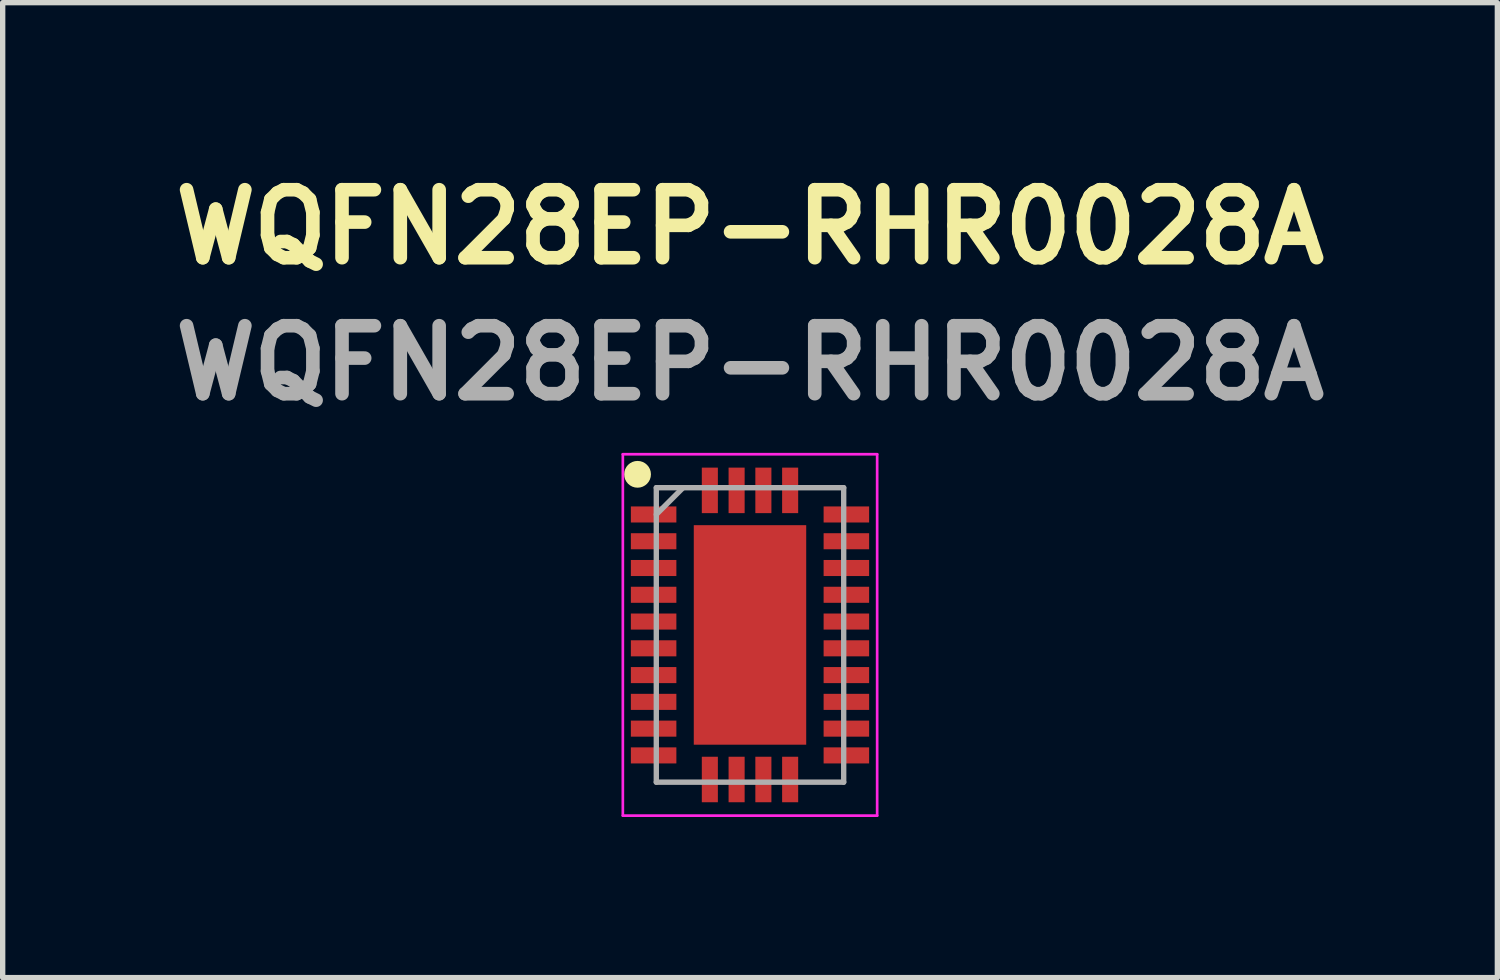
<source format=kicad_pcb>
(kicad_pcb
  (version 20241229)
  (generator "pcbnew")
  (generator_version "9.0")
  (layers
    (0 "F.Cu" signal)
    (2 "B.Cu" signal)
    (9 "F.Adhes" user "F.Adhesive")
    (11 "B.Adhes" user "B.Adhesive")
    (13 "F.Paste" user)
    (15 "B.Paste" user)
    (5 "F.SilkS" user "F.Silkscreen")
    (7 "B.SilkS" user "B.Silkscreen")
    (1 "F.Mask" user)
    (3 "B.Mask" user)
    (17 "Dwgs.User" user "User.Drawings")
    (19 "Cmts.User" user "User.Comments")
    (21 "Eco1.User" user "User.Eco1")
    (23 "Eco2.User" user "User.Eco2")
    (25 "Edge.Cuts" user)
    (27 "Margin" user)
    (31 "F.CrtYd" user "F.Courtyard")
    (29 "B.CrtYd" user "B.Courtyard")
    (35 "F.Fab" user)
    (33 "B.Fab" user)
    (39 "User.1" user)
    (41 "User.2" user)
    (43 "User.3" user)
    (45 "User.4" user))
  (footprint "WQFN28EP-RHR0028A"
    (layer "F.Cu")
    (at 10.958 8.809)
    (property "Reference" "WQFN28EP-RHR0028A" (at 0 -7.62 0) (layer "F.SilkS") (effects (font (size 1.27 1.27) (thickness 0.254))))
    (attr smd)
    (fp_circle (center -2.1 -3) (end -2.1 -2.875) (stroke (width 0.25) (type solid)) (fill no) (layer "F.SilkS"))
    (fp_poly (pts (xy -0.85 0.2) (xy -0.2 0.2) (xy -0.2 1.85) (xy -0.5 1.85) (xy -0.85 1.5)) (stroke (width 0.1) (type solid)) (fill yes) (layer "F.Paste"))
    (fp_poly (pts (xy -0.5 -1.85) (xy -0.85 -1.5) (xy -0.85 -0.2) (xy -0.2 -0.2) (xy -0.2 -1.85)) (stroke (width 0.1) (type solid)) (fill yes) (layer "F.Paste"))
    (fp_poly (pts (xy 0.2 -1.85) (xy 0.2 -0.2) (xy 0.85 -0.2) (xy 0.85 -1.5) (xy 0.5 -1.85)) (stroke (width 0.1) (type solid)) (fill yes) (layer "F.Paste"))
    (fp_poly (pts (xy 0.2 0.2) (xy 0.2 1.85) (xy 0.5 1.85) (xy 0.85 1.5) (xy 0.85 0.2)) (stroke (width 0.1) (type solid)) (fill yes) (layer "F.Paste"))
    (fp_line (start -2.375 -3.375) (end 2.375 -3.375) (stroke (width 0.05) (type solid)) (layer "F.CrtYd"))
    (fp_line (start -2.375 3.375) (end -2.375 -3.375) (stroke (width 0.05) (type solid)) (layer "F.CrtYd"))
    (fp_line (start 2.375 -3.375) (end 2.375 3.375) (stroke (width 0.05) (type solid)) (layer "F.CrtYd"))
    (fp_line (start 2.375 3.375) (end -2.375 3.375) (stroke (width 0.05) (type solid)) (layer "F.CrtYd"))
    (fp_line (start -1.75 -2.75) (end 1.75 -2.75) (stroke (width 0.1) (type solid)) (layer "F.Fab"))
    (fp_line (start -1.75 -2.25) (end -1.25 -2.75) (stroke (width 0.1) (type solid)) (layer "F.Fab"))
    (fp_line (start -1.75 2.75) (end -1.75 -2.75) (stroke (width 0.1) (type solid)) (layer "F.Fab"))
    (fp_line (start 1.75 -2.75) (end 1.75 2.75) (stroke (width 0.1) (type solid)) (layer "F.Fab"))
    (fp_line (start 1.75 2.75) (end -1.75 2.75) (stroke (width 0.1) (type solid)) (layer "F.Fab"))
    (fp_text user "${REFERENCE}" (at 0 -5.08 0) (layer "F.Fab") (effects (font (size 1.27 1.27) (thickness 0.254))))
    (pad "1" smd rect (at -1.8 -2.25 90) (size 0.3 0.85) (layers "F.Cu" "F.Mask" "F.Paste"))
    (pad "2" smd rect (at -1.8 -1.75 90) (size 0.3 0.85) (layers "F.Cu" "F.Mask" "F.Paste"))
    (pad "3" smd rect (at -1.8 -1.25 90) (size 0.3 0.85) (layers "F.Cu" "F.Mask" "F.Paste"))
    (pad "4" smd rect (at -1.8 -0.75 90) (size 0.3 0.85) (layers "F.Cu" "F.Mask" "F.Paste"))
    (pad "5" smd rect (at -1.8 -0.25 90) (size 0.3 0.85) (layers "F.Cu" "F.Mask" "F.Paste"))
    (pad "6" smd rect (at -1.8 0.25 90) (size 0.3 0.85) (layers "F.Cu" "F.Mask" "F.Paste"))
    (pad "7" smd rect (at -1.8 0.75 90) (size 0.3 0.85) (layers "F.Cu" "F.Mask" "F.Paste"))
    (pad "8" smd rect (at -1.8 1.25 90) (size 0.3 0.85) (layers "F.Cu" "F.Mask" "F.Paste"))
    (pad "9" smd rect (at -1.8 1.75 90) (size 0.3 0.85) (layers "F.Cu" "F.Mask" "F.Paste"))
    (pad "10" smd rect (at -1.8 2.25 90) (size 0.3 0.85) (layers "F.Cu" "F.Mask" "F.Paste"))
    (pad "11" smd rect (at -0.75 2.7) (size 0.3 0.85) (layers "F.Cu" "F.Mask" "F.Paste"))
    (pad "12" smd rect (at -0.25 2.7) (size 0.3 0.85) (layers "F.Cu" "F.Mask" "F.Paste"))
    (pad "13" smd rect (at 0.25 2.7) (size 0.3 0.85) (layers "F.Cu" "F.Mask" "F.Paste"))
    (pad "14" smd rect (at 0.75 2.7) (size 0.3 0.85) (layers "F.Cu" "F.Mask" "F.Paste"))
    (pad "15" smd rect (at 1.8 2.25 90) (size 0.3 0.85) (layers "F.Cu" "F.Mask" "F.Paste"))
    (pad "16" smd rect (at 1.8 1.75 90) (size 0.3 0.85) (layers "F.Cu" "F.Mask" "F.Paste"))
    (pad "17" smd rect (at 1.8 1.25 90) (size 0.3 0.85) (layers "F.Cu" "F.Mask" "F.Paste"))
    (pad "18" smd rect (at 1.8 0.75 90) (size 0.3 0.85) (layers "F.Cu" "F.Mask" "F.Paste"))
    (pad "19" smd rect (at 1.8 0.25 90) (size 0.3 0.85) (layers "F.Cu" "F.Mask" "F.Paste"))
    (pad "20" smd rect (at 1.8 -0.25 90) (size 0.3 0.85) (layers "F.Cu" "F.Mask" "F.Paste"))
    (pad "21" smd rect (at 1.8 -0.75 90) (size 0.3 0.85) (layers "F.Cu" "F.Mask" "F.Paste"))
    (pad "22" smd rect (at 1.8 -1.25 90) (size 0.3 0.85) (layers "F.Cu" "F.Mask" "F.Paste"))
    (pad "23" smd rect (at 1.8 -1.75 90) (size 0.3 0.85) (layers "F.Cu" "F.Mask" "F.Paste"))
    (pad "24" smd rect (at 1.8 -2.25 90) (size 0.3 0.85) (layers "F.Cu" "F.Mask" "F.Paste"))
    (pad "25" smd rect (at 0.75 -2.7) (size 0.3 0.85) (layers "F.Cu" "F.Mask" "F.Paste"))
    (pad "26" smd rect (at 0.25 -2.7) (size 0.3 0.85) (layers "F.Cu" "F.Mask" "F.Paste"))
    (pad "27" smd rect (at -0.25 -2.7) (size 0.3 0.85) (layers "F.Cu" "F.Mask" "F.Paste"))
    (pad "28" smd rect (at -0.75 -2.7) (size 0.3 0.85) (layers "F.Cu" "F.Mask" "F.Paste"))
    (pad "29" smd rect (at 0 0) (size 2.1 4.1) (layers "F.Cu" "F.Mask")))
  (gr_rect
    (start -3 -3)
    (end 24.917 15.209)
    (stroke (width 0.1) (type default))
    (fill no)
    (layer "Edge.Cuts")))
</source>
